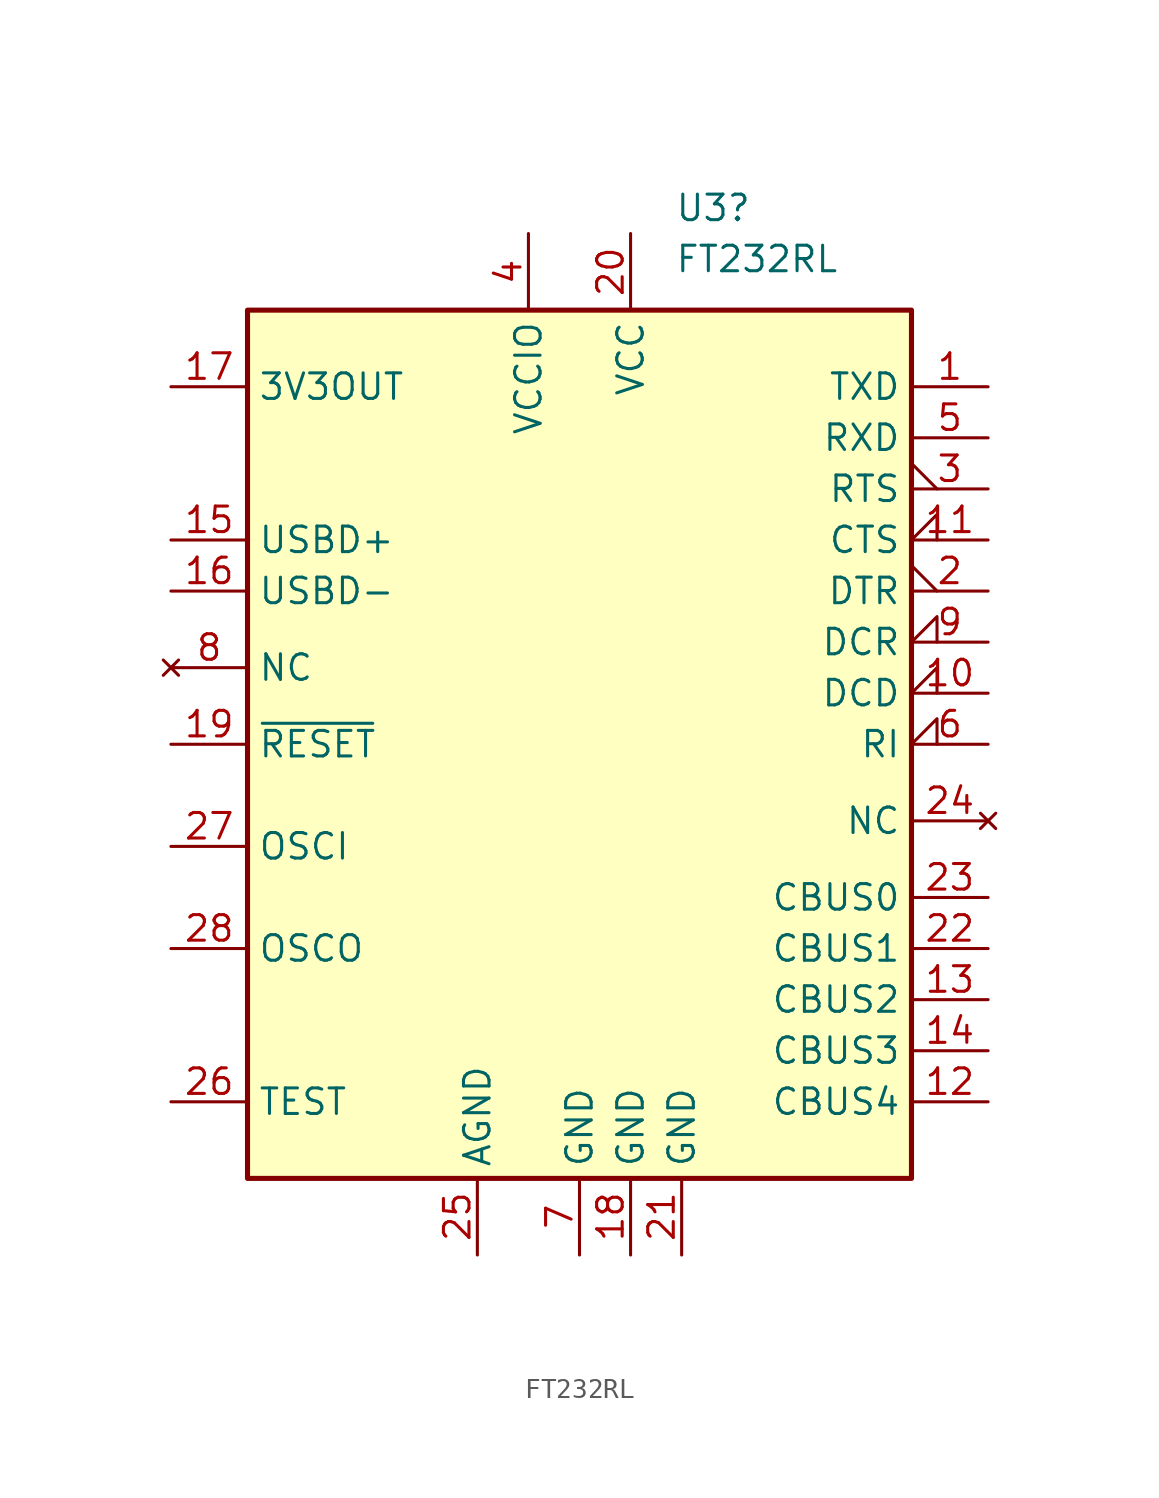
<source format=kicad_sym>
(kicad_symbol_lib
  (version 20231120)
  (generator "kicad_symbol_editor")
  (generator_version "8.0")
  (symbol "FT232RL"
    (property "Reference" "U3"
      (at 4.734 26.67 0)
      (effects (font (size 1.27 1.27)) (justify left)))
    (property "Value" "FT232RL"
      (at 4.734 24.13 0)
      (effects (font (size 1.27 1.27)) (justify left)))
    (symbol "FT232RL_0_1"
      (rectangle (start -16.51 21.59) (end 16.51 -21.59) (stroke (width 0.254) (type default)) (fill (type background))))
    (symbol "FT232RL_1_1"
      (pin output line (at 20.32 17.78 180) (length 3.81) (name "TXD" (effects (font (size 1.27 1.27)))) (number "1" (effects (font (size 1.27 1.27)))))
      (pin input input_low (at 20.32 2.54 180) (length 3.81) (name "DCD" (effects (font (size 1.27 1.27)))) (number "10" (effects (font (size 1.27 1.27)))))
      (pin input input_low (at 20.32 10.16 180) (length 3.81) (name "CTS" (effects (font (size 1.27 1.27)))) (number "11" (effects (font (size 1.27 1.27)))))
      (pin bidirectional line (at 20.32 -17.78 180) (length 3.81) (name "CBUS4" (effects (font (size 1.27 1.27)))) (number "12" (effects (font (size 1.27 1.27)))))
      (pin bidirectional line (at 20.32 -12.7 180) (length 3.81) (name "CBUS2" (effects (font (size 1.27 1.27)))) (number "13" (effects (font (size 1.27 1.27)))))
      (pin bidirectional line (at 20.32 -15.24 180) (length 3.81) (name "CBUS3" (effects (font (size 1.27 1.27)))) (number "14" (effects (font (size 1.27 1.27)))))
      (pin bidirectional line (at -20.32 10.16 0) (length 3.81) (name "USBD+" (effects (font (size 1.27 1.27)))) (number "15" (effects (font (size 1.27 1.27)))))
      (pin bidirectional line (at -20.32 7.62 0) (length 3.81) (name "USBD-" (effects (font (size 1.27 1.27)))) (number "16" (effects (font (size 1.27 1.27)))))
      (pin power_out line (at -20.32 17.78 0) (length 3.81) (name "3V3OUT" (effects (font (size 1.27 1.27)))) (number "17" (effects (font (size 1.27 1.27)))))
      (pin power_in line (at 2.54 -25.4 90) (length 3.81) (name "GND" (effects (font (size 1.27 1.27)))) (number "18" (effects (font (size 1.27 1.27)))))
      (pin input line (at -20.32 0 0) (length 3.81) (name "~{RESET}" (effects (font (size 1.27 1.27)))) (number "19" (effects (font (size 1.27 1.27)))))
      (pin output output_low (at 20.32 7.62 180) (length 3.81) (name "DTR" (effects (font (size 1.27 1.27)))) (number "2" (effects (font (size 1.27 1.27)))))
      (pin power_in line (at 2.54 25.4 270) (length 3.81) (name "VCC" (effects (font (size 1.27 1.27)))) (number "20" (effects (font (size 1.27 1.27)))))
      (pin power_in line (at 5.08 -25.4 90) (length 3.81) (name "GND" (effects (font (size 1.27 1.27)))) (number "21" (effects (font (size 1.27 1.27)))))
      (pin bidirectional line (at 20.32 -10.16 180) (length 3.81) (name "CBUS1" (effects (font (size 1.27 1.27)))) (number "22" (effects (font (size 1.27 1.27)))))
      (pin bidirectional line (at 20.32 -7.62 180) (length 3.81) (name "CBUS0" (effects (font (size 1.27 1.27)))) (number "23" (effects (font (size 1.27 1.27)))))
      (pin no_connect line (at 20.32 -3.81 180) (length 3.81) (name "NC" (effects (font (size 1.27 1.27)))) (number "24" (effects (font (size 1.27 1.27)))))
      (pin power_in line (at -5.08 -25.4 90) (length 3.81) (name "AGND" (effects (font (size 1.27 1.27)))) (number "25" (effects (font (size 1.27 1.27)))))
      (pin input line (at -20.32 -17.78 0) (length 3.81) (name "TEST" (effects (font (size 1.27 1.27)))) (number "26" (effects (font (size 1.27 1.27)))))
      (pin input line (at -20.32 -5.08 0) (length 3.81) (name "OSCI" (effects (font (size 1.27 1.27)))) (number "27" (effects (font (size 1.27 1.27)))))
      (pin output line (at -20.32 -10.16 0) (length 3.81) (name "OSCO" (effects (font (size 1.27 1.27)))) (number "28" (effects (font (size 1.27 1.27)))))
      (pin output output_low (at 20.32 12.7 180) (length 3.81) (name "RTS" (effects (font (size 1.27 1.27)))) (number "3" (effects (font (size 1.27 1.27)))))
      (pin power_in line (at -2.54 25.4 270) (length 3.81) (name "VCCIO" (effects (font (size 1.27 1.27)))) (number "4" (effects (font (size 1.27 1.27)))))
      (pin input line (at 20.32 15.24 180) (length 3.81) (name "RXD" (effects (font (size 1.27 1.27)))) (number "5" (effects (font (size 1.27 1.27)))))
      (pin input input_low (at 20.32 0 180) (length 3.81) (name "RI" (effects (font (size 1.27 1.27)))) (number "6" (effects (font (size 1.27 1.27)))))
      (pin power_in line (at 0 -25.4 90) (length 3.81) (name "GND" (effects (font (size 1.27 1.27)))) (number "7" (effects (font (size 1.27 1.27)))))
      (pin no_connect line (at -20.32 3.81 0) (length 3.81) (name "NC" (effects (font (size 1.27 1.27)))) (number "8" (effects (font (size 1.27 1.27)))))
      (pin input input_low (at 20.32 5.08 180) (length 3.81) (name "DCR" (effects (font (size 1.27 1.27)))) (number "9" (effects (font (size 1.27 1.27))))))))
</source>
